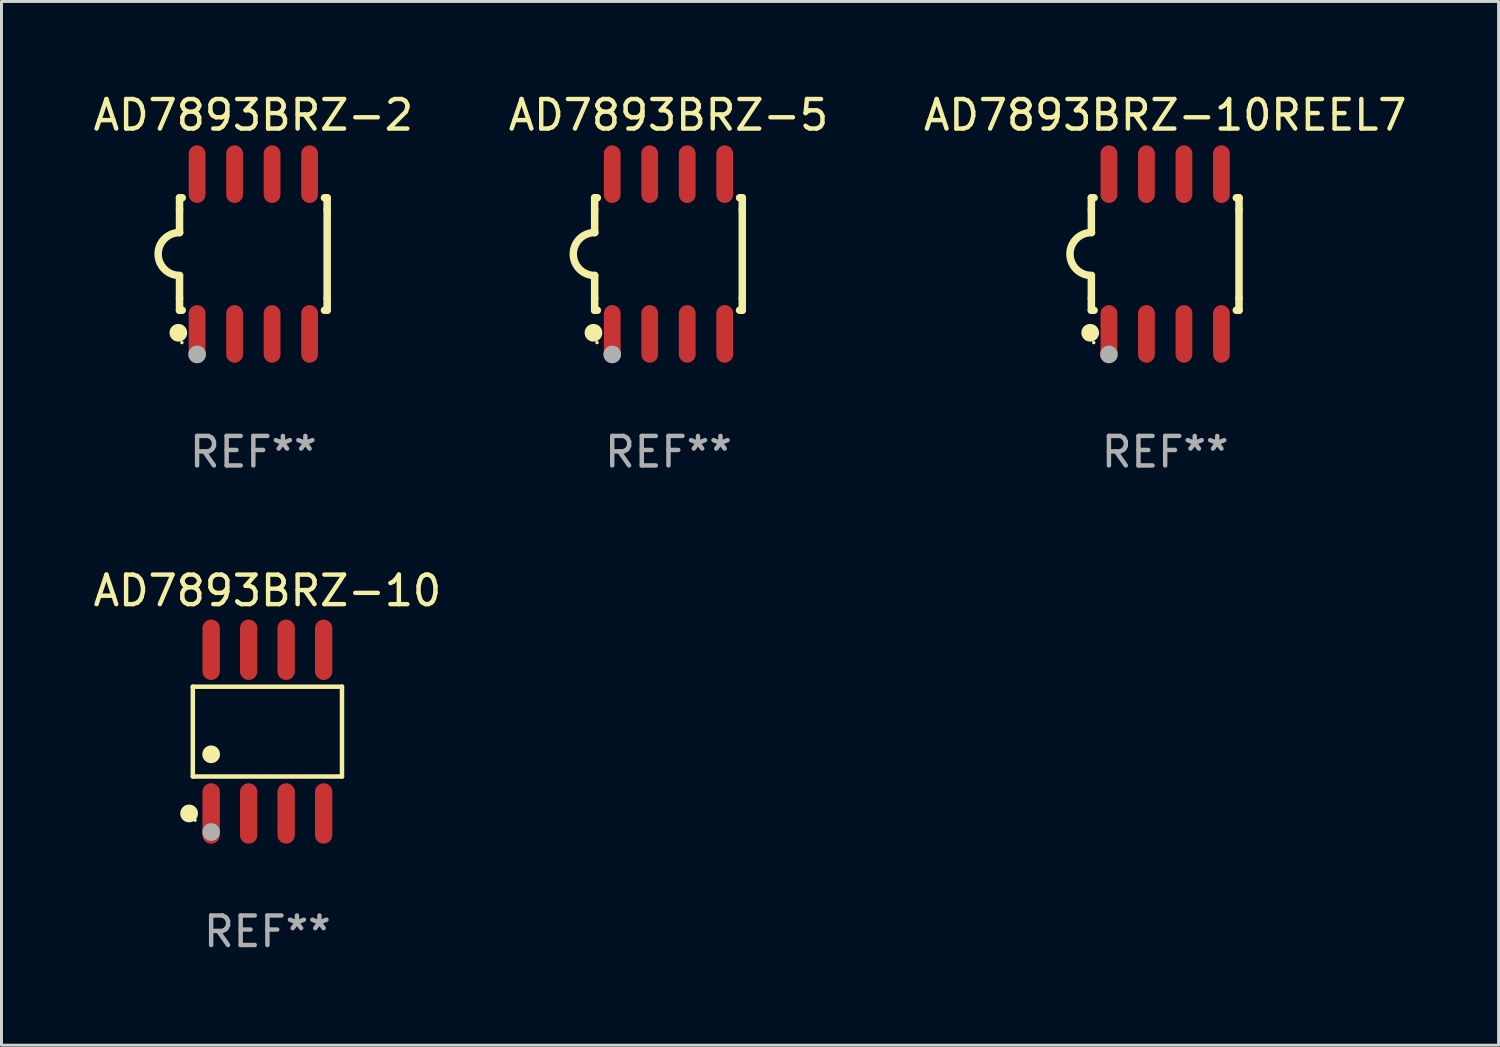
<source format=kicad_pcb>
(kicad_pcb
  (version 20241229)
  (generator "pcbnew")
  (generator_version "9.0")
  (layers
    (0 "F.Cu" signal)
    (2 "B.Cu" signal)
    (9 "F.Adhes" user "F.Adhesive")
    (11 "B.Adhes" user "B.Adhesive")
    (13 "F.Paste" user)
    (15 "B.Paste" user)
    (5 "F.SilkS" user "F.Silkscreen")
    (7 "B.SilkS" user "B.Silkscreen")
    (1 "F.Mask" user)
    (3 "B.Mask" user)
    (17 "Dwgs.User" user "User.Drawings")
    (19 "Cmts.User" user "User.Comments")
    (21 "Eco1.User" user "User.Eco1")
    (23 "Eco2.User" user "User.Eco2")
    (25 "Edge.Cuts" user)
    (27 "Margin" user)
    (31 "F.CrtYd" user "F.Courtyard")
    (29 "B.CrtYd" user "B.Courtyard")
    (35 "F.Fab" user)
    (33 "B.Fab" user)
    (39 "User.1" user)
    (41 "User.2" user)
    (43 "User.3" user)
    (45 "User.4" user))
  (footprint "AD7893BRZ-2"
    (layer "F.Cu")
    (at 5.53 5.553)
    (property "Reference" "AD7893BRZ-2" (at 0 -4.705 0) (layer "F.SilkS") (effects (font (size 1 1) (thickness 0.15))))
    (attr through_hole)
    (fp_line (start -2.5 -1.905) (end -2.409 -1.905) (stroke (width 0.254) (type solid)) (layer "F.SilkS"))
    (fp_line (start -2.5 -1.5) (end -2.5 -1.905) (stroke (width 0.254) (type solid)) (layer "F.SilkS"))
    (fp_line (start -2.5 -1.5) (end -2.5 -0.726) (stroke (width 0.254) (type solid)) (layer "F.SilkS"))
    (fp_line (start -2.5 1.5) (end -2.5 0.727) (stroke (width 0.254) (type solid)) (layer "F.SilkS"))
    (fp_line (start -2.5 1.5) (end -2.5 1.905) (stroke (width 0.254) (type solid)) (layer "F.SilkS"))
    (fp_line (start -2.5 1.905) (end -2.409 1.905) (stroke (width 0.254) (type solid)) (layer "F.SilkS"))
    (fp_line (start 2.5 -1.905) (end 2.409 -1.905) (stroke (width 0.254) (type solid)) (layer "F.SilkS"))
    (fp_line (start 2.5 -1.5) (end 2.5 -1.905) (stroke (width 0.254) (type solid)) (layer "F.SilkS"))
    (fp_line (start 2.5 -1.5) (end 2.5 1.5) (stroke (width 0.254) (type solid)) (layer "F.SilkS"))
    (fp_line (start 2.5 1.5) (end 2.5 1.905) (stroke (width 0.254) (type solid)) (layer "F.SilkS"))
    (fp_line (start 2.5 1.905) (end 2.409 1.905) (stroke (width 0.254) (type solid)) (layer "F.SilkS"))
    (fp_arc (start -2.5 0.726568) (mid -3.220316 -0.0023) (end -2.495097 -0.726289) (stroke (width 0.254001) (type solid)) (layer "F.SilkS"))
    (fp_circle (center -2.54 2.667) (end -2.39 2.667) (stroke (width 0.3) (type solid)) (fill no) (layer "F.SilkS"))
    (fp_circle (center -2.42 3) (end -2.39 3) (stroke (width 0.06) (type solid)) (fill no) (layer "F.SilkS"))
    (fp_circle (center -1.905 3.4) (end -1.755 3.4) (stroke (width 0.3) (type solid)) (fill no) (layer "F.Fab"))
    (fp_text user "REF**" (at 0 6.705 0) (layer "F.Fab") (effects (font (size 1 1) (thickness 0.15))))
    (pad "1" smd oval (at -1.905 2.705) (size 0.568 1.95) (layers "F.Cu" "F.Mask" "F.Paste"))
    (pad "2" smd oval (at -0.635 2.705) (size 0.568 1.95) (layers "F.Cu" "F.Mask" "F.Paste"))
    (pad "3" smd oval (at 0.635 2.705) (size 0.568 1.95) (layers "F.Cu" "F.Mask" "F.Paste"))
    (pad "4" smd oval (at 1.905 2.705) (size 0.568 1.95) (layers "F.Cu" "F.Mask" "F.Paste"))
    (pad "5" smd oval (at 1.905 -2.705) (size 0.568 1.95) (layers "F.Cu" "F.Mask" "F.Paste"))
    (pad "6" smd oval (at 0.635 -2.705) (size 0.568 1.95) (layers "F.Cu" "F.Mask" "F.Paste"))
    (pad "7" smd oval (at -0.635 -2.705) (size 0.568 1.95) (layers "F.Cu" "F.Mask" "F.Paste"))
    (pad "8" smd oval (at -1.905 -2.705) (size 0.568 1.95) (layers "F.Cu" "F.Mask" "F.Paste")))
  (footprint "AD7893BRZ-10"
    (layer "F.Cu")
    (at 6.006 21.727)
    (property "Reference" "AD7893BRZ-10" (at 0 -4.772 0) (layer "F.SilkS") (effects (font (size 1 1) (thickness 0.15))))
    (attr through_hole)
    (fp_line (start -2.526 -1.521) (end 2.526 -1.521) (stroke (width 0.152) (type solid)) (layer "F.SilkS"))
    (fp_line (start -2.526 1.521) (end -2.526 -1.521) (stroke (width 0.152) (type solid)) (layer "F.SilkS"))
    (fp_line (start 2.526 -1.521) (end 2.526 1.521) (stroke (width 0.152) (type solid)) (layer "F.SilkS"))
    (fp_line (start 2.526 1.521) (end -2.526 1.521) (stroke (width 0.152) (type solid)) (layer "F.SilkS"))
    (fp_circle (center -2.652 2.772) (end -2.501 2.772) (stroke (width 0.3) (type solid)) (fill no) (layer "F.SilkS"))
    (fp_circle (center -2.45 3) (end -2.42 3) (stroke (width 0.06) (type solid)) (fill no) (layer "F.SilkS"))
    (fp_circle (center -1.905 0.769) (end -1.755 0.769) (stroke (width 0.3) (type solid)) (fill no) (layer "F.SilkS"))
    (fp_circle (center -1.905 3.4) (end -1.755 3.4) (stroke (width 0.3) (type solid)) (fill no) (layer "F.Fab"))
    (fp_text user "REF**" (at 0 6.772 0) (layer "F.Fab") (effects (font (size 1 1) (thickness 0.15))))
    (pad "1" smd oval (at -1.905 2.772) (size 0.588 2.045) (layers "F.Cu" "F.Mask" "F.Paste"))
    (pad "2" smd oval (at -0.635 2.772) (size 0.588 2.045) (layers "F.Cu" "F.Mask" "F.Paste"))
    (pad "3" smd oval (at 0.635 2.772) (size 0.588 2.045) (layers "F.Cu" "F.Mask" "F.Paste"))
    (pad "4" smd oval (at 1.905 2.772) (size 0.588 2.045) (layers "F.Cu" "F.Mask" "F.Paste"))
    (pad "5" smd oval (at 1.905 -2.772) (size 0.588 2.045) (layers "F.Cu" "F.Mask" "F.Paste"))
    (pad "6" smd oval (at 0.635 -2.772) (size 0.588 2.045) (layers "F.Cu" "F.Mask" "F.Paste"))
    (pad "7" smd oval (at -0.635 -2.772) (size 0.588 2.045) (layers "F.Cu" "F.Mask" "F.Paste"))
    (pad "8" smd oval (at -1.905 -2.772) (size 0.588 2.045) (layers "F.Cu" "F.Mask" "F.Paste")))
  (footprint "AD7893BRZ-5"
    (layer "F.Cu")
    (at 19.589 5.553)
    (property "Reference" "AD7893BRZ-5" (at 0 -4.705 0) (layer "F.SilkS") (effects (font (size 1 1) (thickness 0.15))))
    (attr through_hole)
    (fp_line (start -2.5 -1.905) (end -2.409 -1.905) (stroke (width 0.254) (type solid)) (layer "F.SilkS"))
    (fp_line (start -2.5 -1.5) (end -2.5 -1.905) (stroke (width 0.254) (type solid)) (layer "F.SilkS"))
    (fp_line (start -2.5 -1.5) (end -2.5 -0.726) (stroke (width 0.254) (type solid)) (layer "F.SilkS"))
    (fp_line (start -2.5 1.5) (end -2.5 0.727) (stroke (width 0.254) (type solid)) (layer "F.SilkS"))
    (fp_line (start -2.5 1.5) (end -2.5 1.905) (stroke (width 0.254) (type solid)) (layer "F.SilkS"))
    (fp_line (start -2.5 1.905) (end -2.409 1.905) (stroke (width 0.254) (type solid)) (layer "F.SilkS"))
    (fp_line (start 2.5 -1.905) (end 2.409 -1.905) (stroke (width 0.254) (type solid)) (layer "F.SilkS"))
    (fp_line (start 2.5 -1.5) (end 2.5 -1.905) (stroke (width 0.254) (type solid)) (layer "F.SilkS"))
    (fp_line (start 2.5 -1.5) (end 2.5 1.5) (stroke (width 0.254) (type solid)) (layer "F.SilkS"))
    (fp_line (start 2.5 1.5) (end 2.5 1.905) (stroke (width 0.254) (type solid)) (layer "F.SilkS"))
    (fp_line (start 2.5 1.905) (end 2.409 1.905) (stroke (width 0.254) (type solid)) (layer "F.SilkS"))
    (fp_arc (start -2.5 0.726568) (mid -3.220316 -0.0023) (end -2.495097 -0.726289) (stroke (width 0.254001) (type solid)) (layer "F.SilkS"))
    (fp_circle (center -2.54 2.667) (end -2.39 2.667) (stroke (width 0.3) (type solid)) (fill no) (layer "F.SilkS"))
    (fp_circle (center -2.42 3) (end -2.39 3) (stroke (width 0.06) (type solid)) (fill no) (layer "F.SilkS"))
    (fp_circle (center -1.905 3.4) (end -1.755 3.4) (stroke (width 0.3) (type solid)) (fill no) (layer "F.Fab"))
    (fp_text user "REF**" (at 0 6.705 0) (layer "F.Fab") (effects (font (size 1 1) (thickness 0.15))))
    (pad "1" smd oval (at -1.905 2.705) (size 0.568 1.95) (layers "F.Cu" "F.Mask" "F.Paste"))
    (pad "2" smd oval (at -0.635 2.705) (size 0.568 1.95) (layers "F.Cu" "F.Mask" "F.Paste"))
    (pad "3" smd oval (at 0.635 2.705) (size 0.568 1.95) (layers "F.Cu" "F.Mask" "F.Paste"))
    (pad "4" smd oval (at 1.905 2.705) (size 0.568 1.95) (layers "F.Cu" "F.Mask" "F.Paste"))
    (pad "5" smd oval (at 1.905 -2.705) (size 0.568 1.95) (layers "F.Cu" "F.Mask" "F.Paste"))
    (pad "6" smd oval (at 0.635 -2.705) (size 0.568 1.95) (layers "F.Cu" "F.Mask" "F.Paste"))
    (pad "7" smd oval (at -0.635 -2.705) (size 0.568 1.95) (layers "F.Cu" "F.Mask" "F.Paste"))
    (pad "8" smd oval (at -1.905 -2.705) (size 0.568 1.95) (layers "F.Cu" "F.Mask" "F.Paste")))
  (footprint "AD7893BRZ-10REEL7"
    (layer "F.Cu")
    (at 36.411 5.553)
    (property "Reference" "AD7893BRZ-10REEL7" (at 0 -4.705 0) (layer "F.SilkS") (effects (font (size 1 1) (thickness 0.15))))
    (attr through_hole)
    (fp_line (start -2.5 -1.905) (end -2.409 -1.905) (stroke (width 0.254) (type solid)) (layer "F.SilkS"))
    (fp_line (start -2.5 -1.5) (end -2.5 -1.905) (stroke (width 0.254) (type solid)) (layer "F.SilkS"))
    (fp_line (start -2.5 -1.5) (end -2.5 -0.726) (stroke (width 0.254) (type solid)) (layer "F.SilkS"))
    (fp_line (start -2.5 1.5) (end -2.5 0.727) (stroke (width 0.254) (type solid)) (layer "F.SilkS"))
    (fp_line (start -2.5 1.5) (end -2.5 1.905) (stroke (width 0.254) (type solid)) (layer "F.SilkS"))
    (fp_line (start -2.5 1.905) (end -2.409 1.905) (stroke (width 0.254) (type solid)) (layer "F.SilkS"))
    (fp_line (start 2.5 -1.905) (end 2.409 -1.905) (stroke (width 0.254) (type solid)) (layer "F.SilkS"))
    (fp_line (start 2.5 -1.5) (end 2.5 -1.905) (stroke (width 0.254) (type solid)) (layer "F.SilkS"))
    (fp_line (start 2.5 -1.5) (end 2.5 1.5) (stroke (width 0.254) (type solid)) (layer "F.SilkS"))
    (fp_line (start 2.5 1.5) (end 2.5 1.905) (stroke (width 0.254) (type solid)) (layer "F.SilkS"))
    (fp_line (start 2.5 1.905) (end 2.409 1.905) (stroke (width 0.254) (type solid)) (layer "F.SilkS"))
    (fp_arc (start -2.5 0.726568) (mid -3.220316 -0.0023) (end -2.495097 -0.726289) (stroke (width 0.254001) (type solid)) (layer "F.SilkS"))
    (fp_circle (center -2.54 2.667) (end -2.39 2.667) (stroke (width 0.3) (type solid)) (fill no) (layer "F.SilkS"))
    (fp_circle (center -2.42 3) (end -2.39 3) (stroke (width 0.06) (type solid)) (fill no) (layer "F.SilkS"))
    (fp_circle (center -1.905 3.4) (end -1.755 3.4) (stroke (width 0.3) (type solid)) (fill no) (layer "F.Fab"))
    (fp_text user "REF**" (at 0 6.705 0) (layer "F.Fab") (effects (font (size 1 1) (thickness 0.15))))
    (pad "1" smd oval (at -1.905 2.705) (size 0.568 1.95) (layers "F.Cu" "F.Mask" "F.Paste"))
    (pad "2" smd oval (at -0.635 2.705) (size 0.568 1.95) (layers "F.Cu" "F.Mask" "F.Paste"))
    (pad "3" smd oval (at 0.635 2.705) (size 0.568 1.95) (layers "F.Cu" "F.Mask" "F.Paste"))
    (pad "4" smd oval (at 1.905 2.705) (size 0.568 1.95) (layers "F.Cu" "F.Mask" "F.Paste"))
    (pad "5" smd oval (at 1.905 -2.705) (size 0.568 1.95) (layers "F.Cu" "F.Mask" "F.Paste"))
    (pad "6" smd oval (at 0.635 -2.705) (size 0.568 1.95) (layers "F.Cu" "F.Mask" "F.Paste"))
    (pad "7" smd oval (at -0.635 -2.705) (size 0.568 1.95) (layers "F.Cu" "F.Mask" "F.Paste"))
    (pad "8" smd oval (at -1.905 -2.705) (size 0.568 1.95) (layers "F.Cu" "F.Mask" "F.Paste")))
  (gr_rect
    (start -3 -3)
    (end 47.702 32.348)
    (stroke (width 0.1) (type default))
    (fill no)
    (layer "Edge.Cuts")))
</source>
